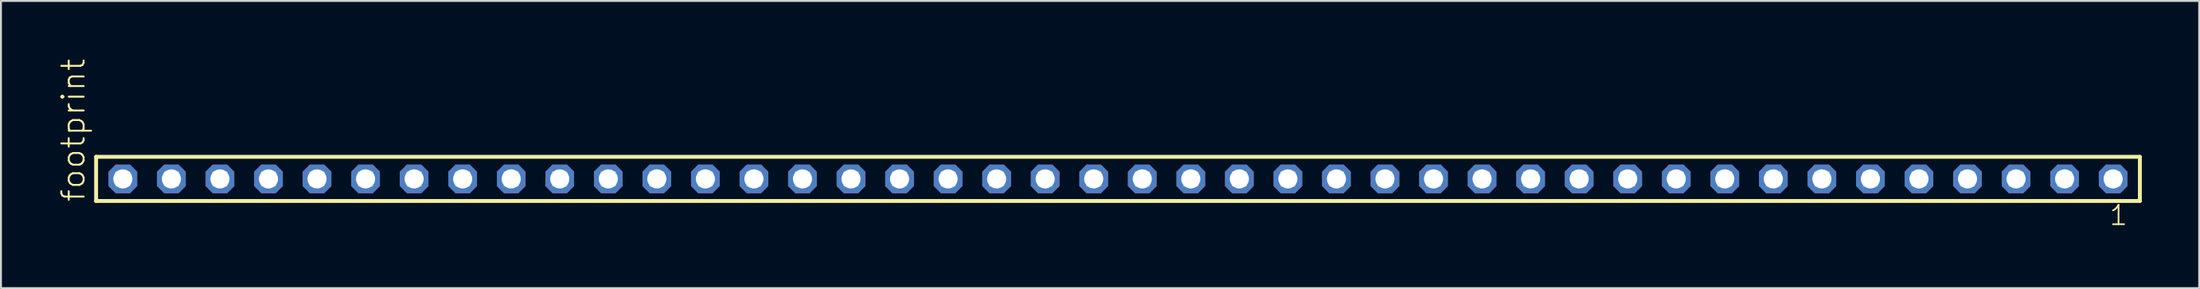
<source format=kicad_pcb>
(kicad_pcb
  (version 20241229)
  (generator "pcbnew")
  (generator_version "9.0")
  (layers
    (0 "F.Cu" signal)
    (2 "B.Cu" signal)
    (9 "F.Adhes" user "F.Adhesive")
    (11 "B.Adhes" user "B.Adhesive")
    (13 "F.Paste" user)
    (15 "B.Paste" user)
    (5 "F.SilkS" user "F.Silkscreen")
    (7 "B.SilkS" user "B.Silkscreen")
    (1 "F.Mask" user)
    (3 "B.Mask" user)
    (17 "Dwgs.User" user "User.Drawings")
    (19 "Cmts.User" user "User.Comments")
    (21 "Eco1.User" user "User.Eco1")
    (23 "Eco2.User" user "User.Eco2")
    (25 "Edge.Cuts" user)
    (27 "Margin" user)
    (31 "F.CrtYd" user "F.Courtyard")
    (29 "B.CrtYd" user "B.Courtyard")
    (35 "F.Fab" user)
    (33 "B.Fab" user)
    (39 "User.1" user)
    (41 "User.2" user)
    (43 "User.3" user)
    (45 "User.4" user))
  (footprint "footprint"
    (layer "F.Cu")
    (at 55.448 6.312)
    (property "Reference" "footprint" (at -53.975 1.27 90) (layer "F.SilkS") (effects (font (size 1.168 1.168) (thickness 0.102)) (justify left bottom)))
    (fp_line (start -53.469 -1.155) (end 53.469 -1.155) (stroke (width 0.203) (type solid)) (layer "F.SilkS"))
    (fp_line (start -53.469 1.155) (end -53.469 -1.155) (stroke (width 0.203) (type solid)) (layer "F.SilkS"))
    (fp_line (start 53.469 -1.155) (end 53.469 1.155) (stroke (width 0.203) (type solid)) (layer "F.SilkS"))
    (fp_line (start 53.469 1.155) (end -53.469 1.155) (stroke (width 0.203) (type solid)) (layer "F.SilkS"))
    (fp_poly (pts (xy -52.42 0.35) (xy -51.72 0.35) (xy -51.72 -0.35) (xy -52.42 -0.35)) (stroke (width 0.1) (type solid)) (fill no) (layer "F.Fab"))
    (fp_poly (pts (xy -49.88 0.35) (xy -49.18 0.35) (xy -49.18 -0.35) (xy -49.88 -0.35)) (stroke (width 0.1) (type solid)) (fill no) (layer "F.Fab"))
    (fp_poly (pts (xy -47.34 0.35) (xy -46.64 0.35) (xy -46.64 -0.35) (xy -47.34 -0.35)) (stroke (width 0.1) (type solid)) (fill no) (layer "F.Fab"))
    (fp_poly (pts (xy -44.8 0.35) (xy -44.1 0.35) (xy -44.1 -0.35) (xy -44.8 -0.35)) (stroke (width 0.1) (type solid)) (fill no) (layer "F.Fab"))
    (fp_poly (pts (xy -42.26 0.35) (xy -41.56 0.35) (xy -41.56 -0.35) (xy -42.26 -0.35)) (stroke (width 0.1) (type solid)) (fill no) (layer "F.Fab"))
    (fp_poly (pts (xy -39.72 0.35) (xy -39.02 0.35) (xy -39.02 -0.35) (xy -39.72 -0.35)) (stroke (width 0.1) (type solid)) (fill no) (layer "F.Fab"))
    (fp_poly (pts (xy -37.18 0.35) (xy -36.48 0.35) (xy -36.48 -0.35) (xy -37.18 -0.35)) (stroke (width 0.1) (type solid)) (fill no) (layer "F.Fab"))
    (fp_poly (pts (xy -34.64 0.35) (xy -33.94 0.35) (xy -33.94 -0.35) (xy -34.64 -0.35)) (stroke (width 0.1) (type solid)) (fill no) (layer "F.Fab"))
    (fp_poly (pts (xy -32.1 0.35) (xy -31.4 0.35) (xy -31.4 -0.35) (xy -32.1 -0.35)) (stroke (width 0.1) (type solid)) (fill no) (layer "F.Fab"))
    (fp_poly (pts (xy -29.56 0.35) (xy -28.86 0.35) (xy -28.86 -0.35) (xy -29.56 -0.35)) (stroke (width 0.1) (type solid)) (fill no) (layer "F.Fab"))
    (fp_poly (pts (xy -27.02 0.35) (xy -26.32 0.35) (xy -26.32 -0.35) (xy -27.02 -0.35)) (stroke (width 0.1) (type solid)) (fill no) (layer "F.Fab"))
    (fp_poly (pts (xy -24.48 0.35) (xy -23.78 0.35) (xy -23.78 -0.35) (xy -24.48 -0.35)) (stroke (width 0.1) (type solid)) (fill no) (layer "F.Fab"))
    (fp_poly (pts (xy -21.94 0.35) (xy -21.24 0.35) (xy -21.24 -0.35) (xy -21.94 -0.35)) (stroke (width 0.1) (type solid)) (fill no) (layer "F.Fab"))
    (fp_poly (pts (xy -19.4 0.35) (xy -18.7 0.35) (xy -18.7 -0.35) (xy -19.4 -0.35)) (stroke (width 0.1) (type solid)) (fill no) (layer "F.Fab"))
    (fp_poly (pts (xy -16.86 0.35) (xy -16.16 0.35) (xy -16.16 -0.35) (xy -16.86 -0.35)) (stroke (width 0.1) (type solid)) (fill no) (layer "F.Fab"))
    (fp_poly (pts (xy -14.32 0.35) (xy -13.62 0.35) (xy -13.62 -0.35) (xy -14.32 -0.35)) (stroke (width 0.1) (type solid)) (fill no) (layer "F.Fab"))
    (fp_poly (pts (xy -11.78 0.35) (xy -11.08 0.35) (xy -11.08 -0.35) (xy -11.78 -0.35)) (stroke (width 0.1) (type solid)) (fill no) (layer "F.Fab"))
    (fp_poly (pts (xy -9.24 0.35) (xy -8.54 0.35) (xy -8.54 -0.35) (xy -9.24 -0.35)) (stroke (width 0.1) (type solid)) (fill no) (layer "F.Fab"))
    (fp_poly (pts (xy -6.7 0.35) (xy -6 0.35) (xy -6 -0.35) (xy -6.7 -0.35)) (stroke (width 0.1) (type solid)) (fill no) (layer "F.Fab"))
    (fp_poly (pts (xy -4.16 0.35) (xy -3.46 0.35) (xy -3.46 -0.35) (xy -4.16 -0.35)) (stroke (width 0.1) (type solid)) (fill no) (layer "F.Fab"))
    (fp_poly (pts (xy -1.62 0.35) (xy -0.92 0.35) (xy -0.92 -0.35) (xy -1.62 -0.35)) (stroke (width 0.1) (type solid)) (fill no) (layer "F.Fab"))
    (fp_poly (pts (xy 0.92 0.35) (xy 1.62 0.35) (xy 1.62 -0.35) (xy 0.92 -0.35)) (stroke (width 0.1) (type solid)) (fill no) (layer "F.Fab"))
    (fp_poly (pts (xy 3.46 0.35) (xy 4.16 0.35) (xy 4.16 -0.35) (xy 3.46 -0.35)) (stroke (width 0.1) (type solid)) (fill no) (layer "F.Fab"))
    (fp_poly (pts (xy 6 0.35) (xy 6.7 0.35) (xy 6.7 -0.35) (xy 6 -0.35)) (stroke (width 0.1) (type solid)) (fill no) (layer "F.Fab"))
    (fp_poly (pts (xy 8.54 0.35) (xy 9.24 0.35) (xy 9.24 -0.35) (xy 8.54 -0.35)) (stroke (width 0.1) (type solid)) (fill no) (layer "F.Fab"))
    (fp_poly (pts (xy 11.08 0.35) (xy 11.78 0.35) (xy 11.78 -0.35) (xy 11.08 -0.35)) (stroke (width 0.1) (type solid)) (fill no) (layer "F.Fab"))
    (fp_poly (pts (xy 13.62 0.35) (xy 14.32 0.35) (xy 14.32 -0.35) (xy 13.62 -0.35)) (stroke (width 0.1) (type solid)) (fill no) (layer "F.Fab"))
    (fp_poly (pts (xy 16.16 0.35) (xy 16.86 0.35) (xy 16.86 -0.35) (xy 16.16 -0.35)) (stroke (width 0.1) (type solid)) (fill no) (layer "F.Fab"))
    (fp_poly (pts (xy 18.7 0.35) (xy 19.4 0.35) (xy 19.4 -0.35) (xy 18.7 -0.35)) (stroke (width 0.1) (type solid)) (fill no) (layer "F.Fab"))
    (fp_poly (pts (xy 21.24 0.35) (xy 21.94 0.35) (xy 21.94 -0.35) (xy 21.24 -0.35)) (stroke (width 0.1) (type solid)) (fill no) (layer "F.Fab"))
    (fp_poly (pts (xy 23.78 0.35) (xy 24.48 0.35) (xy 24.48 -0.35) (xy 23.78 -0.35)) (stroke (width 0.1) (type solid)) (fill no) (layer "F.Fab"))
    (fp_poly (pts (xy 26.32 0.35) (xy 27.02 0.35) (xy 27.02 -0.35) (xy 26.32 -0.35)) (stroke (width 0.1) (type solid)) (fill no) (layer "F.Fab"))
    (fp_poly (pts (xy 28.86 0.35) (xy 29.56 0.35) (xy 29.56 -0.35) (xy 28.86 -0.35)) (stroke (width 0.1) (type solid)) (fill no) (layer "F.Fab"))
    (fp_poly (pts (xy 31.4 0.35) (xy 32.1 0.35) (xy 32.1 -0.35) (xy 31.4 -0.35)) (stroke (width 0.1) (type solid)) (fill no) (layer "F.Fab"))
    (fp_poly (pts (xy 33.94 0.35) (xy 34.64 0.35) (xy 34.64 -0.35) (xy 33.94 -0.35)) (stroke (width 0.1) (type solid)) (fill no) (layer "F.Fab"))
    (fp_poly (pts (xy 36.48 0.35) (xy 37.18 0.35) (xy 37.18 -0.35) (xy 36.48 -0.35)) (stroke (width 0.1) (type solid)) (fill no) (layer "F.Fab"))
    (fp_poly (pts (xy 39.02 0.35) (xy 39.72 0.35) (xy 39.72 -0.35) (xy 39.02 -0.35)) (stroke (width 0.1) (type solid)) (fill no) (layer "F.Fab"))
    (fp_poly (pts (xy 41.56 0.35) (xy 42.26 0.35) (xy 42.26 -0.35) (xy 41.56 -0.35)) (stroke (width 0.1) (type solid)) (fill no) (layer "F.Fab"))
    (fp_poly (pts (xy 44.1 0.35) (xy 44.8 0.35) (xy 44.8 -0.35) (xy 44.1 -0.35)) (stroke (width 0.1) (type solid)) (fill no) (layer "F.Fab"))
    (fp_poly (pts (xy 46.64 0.35) (xy 47.34 0.35) (xy 47.34 -0.35) (xy 46.64 -0.35)) (stroke (width 0.1) (type solid)) (fill no) (layer "F.Fab"))
    (fp_poly (pts (xy 49.18 0.35) (xy 49.88 0.35) (xy 49.88 -0.35) (xy 49.18 -0.35)) (stroke (width 0.1) (type solid)) (fill no) (layer "F.Fab"))
    (fp_poly (pts (xy 51.72 0.35) (xy 52.42 0.35) (xy 52.42 -0.35) (xy 51.72 -0.35)) (stroke (width 0.1) (type solid)) (fill no) (layer "F.Fab"))
    (fp_text user "1" (at 51.812 2.498 0) (layer "F.SilkS") (effects (font (size 1.012 1.012) (thickness 0.088)) (justify left bottom)))
    (pad "1" thru_hole roundrect (at 52.07 0 180) (size 1.5 1.5) (drill 1) (layers "*.Cu" "*.Mask") (roundrect_rratio 0.25) (chamfer_ratio 0.25) (chamfer top_left top_right bottom_left bottom_right))
    (pad "2" thru_hole roundrect (at 49.53 0 180) (size 1.5 1.5) (drill 1) (layers "*.Cu" "*.Mask") (roundrect_rratio 0.25) (chamfer_ratio 0.25) (chamfer top_left top_right bottom_left bottom_right))
    (pad "3" thru_hole roundrect (at 46.99 0 180) (size 1.5 1.5) (drill 1) (layers "*.Cu" "*.Mask") (roundrect_rratio 0.25) (chamfer_ratio 0.25) (chamfer top_left top_right bottom_left bottom_right))
    (pad "4" thru_hole roundrect (at 44.45 0 180) (size 1.5 1.5) (drill 1) (layers "*.Cu" "*.Mask") (roundrect_rratio 0.25) (chamfer_ratio 0.25) (chamfer top_left top_right bottom_left bottom_right))
    (pad "5" thru_hole roundrect (at 41.91 0 180) (size 1.5 1.5) (drill 1) (layers "*.Cu" "*.Mask") (roundrect_rratio 0.25) (chamfer_ratio 0.25) (chamfer top_left top_right bottom_left bottom_right))
    (pad "6" thru_hole roundrect (at 39.37 0 180) (size 1.5 1.5) (drill 1) (layers "*.Cu" "*.Mask") (roundrect_rratio 0.25) (chamfer_ratio 0.25) (chamfer top_left top_right bottom_left bottom_right))
    (pad "7" thru_hole roundrect (at 36.83 0 180) (size 1.5 1.5) (drill 1) (layers "*.Cu" "*.Mask") (roundrect_rratio 0.25) (chamfer_ratio 0.25) (chamfer top_left top_right bottom_left bottom_right))
    (pad "8" thru_hole roundrect (at 34.29 0 180) (size 1.5 1.5) (drill 1) (layers "*.Cu" "*.Mask") (roundrect_rratio 0.25) (chamfer_ratio 0.25) (chamfer top_left top_right bottom_left bottom_right))
    (pad "9" thru_hole roundrect (at 31.75 0 180) (size 1.5 1.5) (drill 1) (layers "*.Cu" "*.Mask") (roundrect_rratio 0.25) (chamfer_ratio 0.25) (chamfer top_left top_right bottom_left bottom_right))
    (pad "10" thru_hole roundrect (at 29.21 0 180) (size 1.5 1.5) (drill 1) (layers "*.Cu" "*.Mask") (roundrect_rratio 0.25) (chamfer_ratio 0.25) (chamfer top_left top_right bottom_left bottom_right))
    (pad "11" thru_hole roundrect (at 26.67 0 180) (size 1.5 1.5) (drill 1) (layers "*.Cu" "*.Mask") (roundrect_rratio 0.25) (chamfer_ratio 0.25) (chamfer top_left top_right bottom_left bottom_right))
    (pad "12" thru_hole roundrect (at 24.13 0 180) (size 1.5 1.5) (drill 1) (layers "*.Cu" "*.Mask") (roundrect_rratio 0.25) (chamfer_ratio 0.25) (chamfer top_left top_right bottom_left bottom_right))
    (pad "13" thru_hole roundrect (at 21.59 0 180) (size 1.5 1.5) (drill 1) (layers "*.Cu" "*.Mask") (roundrect_rratio 0.25) (chamfer_ratio 0.25) (chamfer top_left top_right bottom_left bottom_right))
    (pad "14" thru_hole roundrect (at 19.05 0 180) (size 1.5 1.5) (drill 1) (layers "*.Cu" "*.Mask") (roundrect_rratio 0.25) (chamfer_ratio 0.25) (chamfer top_left top_right bottom_left bottom_right))
    (pad "15" thru_hole roundrect (at 16.51 0 180) (size 1.5 1.5) (drill 1) (layers "*.Cu" "*.Mask") (roundrect_rratio 0.25) (chamfer_ratio 0.25) (chamfer top_left top_right bottom_left bottom_right))
    (pad "16" thru_hole roundrect (at 13.97 0 180) (size 1.5 1.5) (drill 1) (layers "*.Cu" "*.Mask") (roundrect_rratio 0.25) (chamfer_ratio 0.25) (chamfer top_left top_right bottom_left bottom_right))
    (pad "17" thru_hole roundrect (at 11.43 0 180) (size 1.5 1.5) (drill 1) (layers "*.Cu" "*.Mask") (roundrect_rratio 0.25) (chamfer_ratio 0.25) (chamfer top_left top_right bottom_left bottom_right))
    (pad "18" thru_hole roundrect (at 8.89 0 180) (size 1.5 1.5) (drill 1) (layers "*.Cu" "*.Mask") (roundrect_rratio 0.25) (chamfer_ratio 0.25) (chamfer top_left top_right bottom_left bottom_right))
    (pad "19" thru_hole roundrect (at 6.35 0 180) (size 1.5 1.5) (drill 1) (layers "*.Cu" "*.Mask") (roundrect_rratio 0.25) (chamfer_ratio 0.25) (chamfer top_left top_right bottom_left bottom_right))
    (pad "20" thru_hole roundrect (at 3.81 0 180) (size 1.5 1.5) (drill 1) (layers "*.Cu" "*.Mask") (roundrect_rratio 0.25) (chamfer_ratio 0.25) (chamfer top_left top_right bottom_left bottom_right))
    (pad "21" thru_hole roundrect (at 1.27 0 180) (size 1.5 1.5) (drill 1) (layers "*.Cu" "*.Mask") (roundrect_rratio 0.25) (chamfer_ratio 0.25) (chamfer top_left top_right bottom_left bottom_right))
    (pad "22" thru_hole roundrect (at -1.27 0 180) (size 1.5 1.5) (drill 1) (layers "*.Cu" "*.Mask") (roundrect_rratio 0.25) (chamfer_ratio 0.25) (chamfer top_left top_right bottom_left bottom_right))
    (pad "23" thru_hole roundrect (at -3.81 0 180) (size 1.5 1.5) (drill 1) (layers "*.Cu" "*.Mask") (roundrect_rratio 0.25) (chamfer_ratio 0.25) (chamfer top_left top_right bottom_left bottom_right))
    (pad "24" thru_hole roundrect (at -6.35 0 180) (size 1.5 1.5) (drill 1) (layers "*.Cu" "*.Mask") (roundrect_rratio 0.25) (chamfer_ratio 0.25) (chamfer top_left top_right bottom_left bottom_right))
    (pad "25" thru_hole roundrect (at -8.89 0 180) (size 1.5 1.5) (drill 1) (layers "*.Cu" "*.Mask") (roundrect_rratio 0.25) (chamfer_ratio 0.25) (chamfer top_left top_right bottom_left bottom_right))
    (pad "26" thru_hole roundrect (at -11.43 0 180) (size 1.5 1.5) (drill 1) (layers "*.Cu" "*.Mask") (roundrect_rratio 0.25) (chamfer_ratio 0.25) (chamfer top_left top_right bottom_left bottom_right))
    (pad "27" thru_hole roundrect (at -13.97 0 180) (size 1.5 1.5) (drill 1) (layers "*.Cu" "*.Mask") (roundrect_rratio 0.25) (chamfer_ratio 0.25) (chamfer top_left top_right bottom_left bottom_right))
    (pad "28" thru_hole roundrect (at -16.51 0 180) (size 1.5 1.5) (drill 1) (layers "*.Cu" "*.Mask") (roundrect_rratio 0.25) (chamfer_ratio 0.25) (chamfer top_left top_right bottom_left bottom_right))
    (pad "29" thru_hole roundrect (at -19.05 0 180) (size 1.5 1.5) (drill 1) (layers "*.Cu" "*.Mask") (roundrect_rratio 0.25) (chamfer_ratio 0.25) (chamfer top_left top_right bottom_left bottom_right))
    (pad "30" thru_hole roundrect (at -21.59 0 180) (size 1.5 1.5) (drill 1) (layers "*.Cu" "*.Mask") (roundrect_rratio 0.25) (chamfer_ratio 0.25) (chamfer top_left top_right bottom_left bottom_right))
    (pad "31" thru_hole roundrect (at -24.13 0 180) (size 1.5 1.5) (drill 1) (layers "*.Cu" "*.Mask") (roundrect_rratio 0.25) (chamfer_ratio 0.25) (chamfer top_left top_right bottom_left bottom_right))
    (pad "32" thru_hole roundrect (at -26.67 0 180) (size 1.5 1.5) (drill 1) (layers "*.Cu" "*.Mask") (roundrect_rratio 0.25) (chamfer_ratio 0.25) (chamfer top_left top_right bottom_left bottom_right))
    (pad "33" thru_hole roundrect (at -29.21 0 180) (size 1.5 1.5) (drill 1) (layers "*.Cu" "*.Mask") (roundrect_rratio 0.25) (chamfer_ratio 0.25) (chamfer top_left top_right bottom_left bottom_right))
    (pad "34" thru_hole roundrect (at -31.75 0 180) (size 1.5 1.5) (drill 1) (layers "*.Cu" "*.Mask") (roundrect_rratio 0.25) (chamfer_ratio 0.25) (chamfer top_left top_right bottom_left bottom_right))
    (pad "35" thru_hole roundrect (at -34.29 0 180) (size 1.5 1.5) (drill 1) (layers "*.Cu" "*.Mask") (roundrect_rratio 0.25) (chamfer_ratio 0.25) (chamfer top_left top_right bottom_left bottom_right))
    (pad "36" thru_hole roundrect (at -36.83 0 180) (size 1.5 1.5) (drill 1) (layers "*.Cu" "*.Mask") (roundrect_rratio 0.25) (chamfer_ratio 0.25) (chamfer top_left top_right bottom_left bottom_right))
    (pad "37" thru_hole roundrect (at -39.37 0 180) (size 1.5 1.5) (drill 1) (layers "*.Cu" "*.Mask") (roundrect_rratio 0.25) (chamfer_ratio 0.25) (chamfer top_left top_right bottom_left bottom_right))
    (pad "38" thru_hole roundrect (at -41.91 0 180) (size 1.5 1.5) (drill 1) (layers "*.Cu" "*.Mask") (roundrect_rratio 0.25) (chamfer_ratio 0.25) (chamfer top_left top_right bottom_left bottom_right))
    (pad "39" thru_hole roundrect (at -44.45 0 180) (size 1.5 1.5) (drill 1) (layers "*.Cu" "*.Mask") (roundrect_rratio 0.25) (chamfer_ratio 0.25) (chamfer top_left top_right bottom_left bottom_right))
    (pad "40" thru_hole roundrect (at -46.99 0 180) (size 1.5 1.5) (drill 1) (layers "*.Cu" "*.Mask") (roundrect_rratio 0.25) (chamfer_ratio 0.25) (chamfer top_left top_right bottom_left bottom_right))
    (pad "41" thru_hole roundrect (at -49.53 0 180) (size 1.5 1.5) (drill 1) (layers "*.Cu" "*.Mask") (roundrect_rratio 0.25) (chamfer_ratio 0.25) (chamfer top_left top_right bottom_left bottom_right))
    (pad "42" thru_hole roundrect (at -52.07 0 180) (size 1.5 1.5) (drill 1) (layers "*.Cu" "*.Mask") (roundrect_rratio 0.25) (chamfer_ratio 0.25) (chamfer top_left top_right bottom_left bottom_right)))
  (gr_rect
    (start -3 -3)
    (end 112.019 12.027)
    (stroke (width 0.1) (type default))
    (fill no)
    (layer "Edge.Cuts")))
</source>
